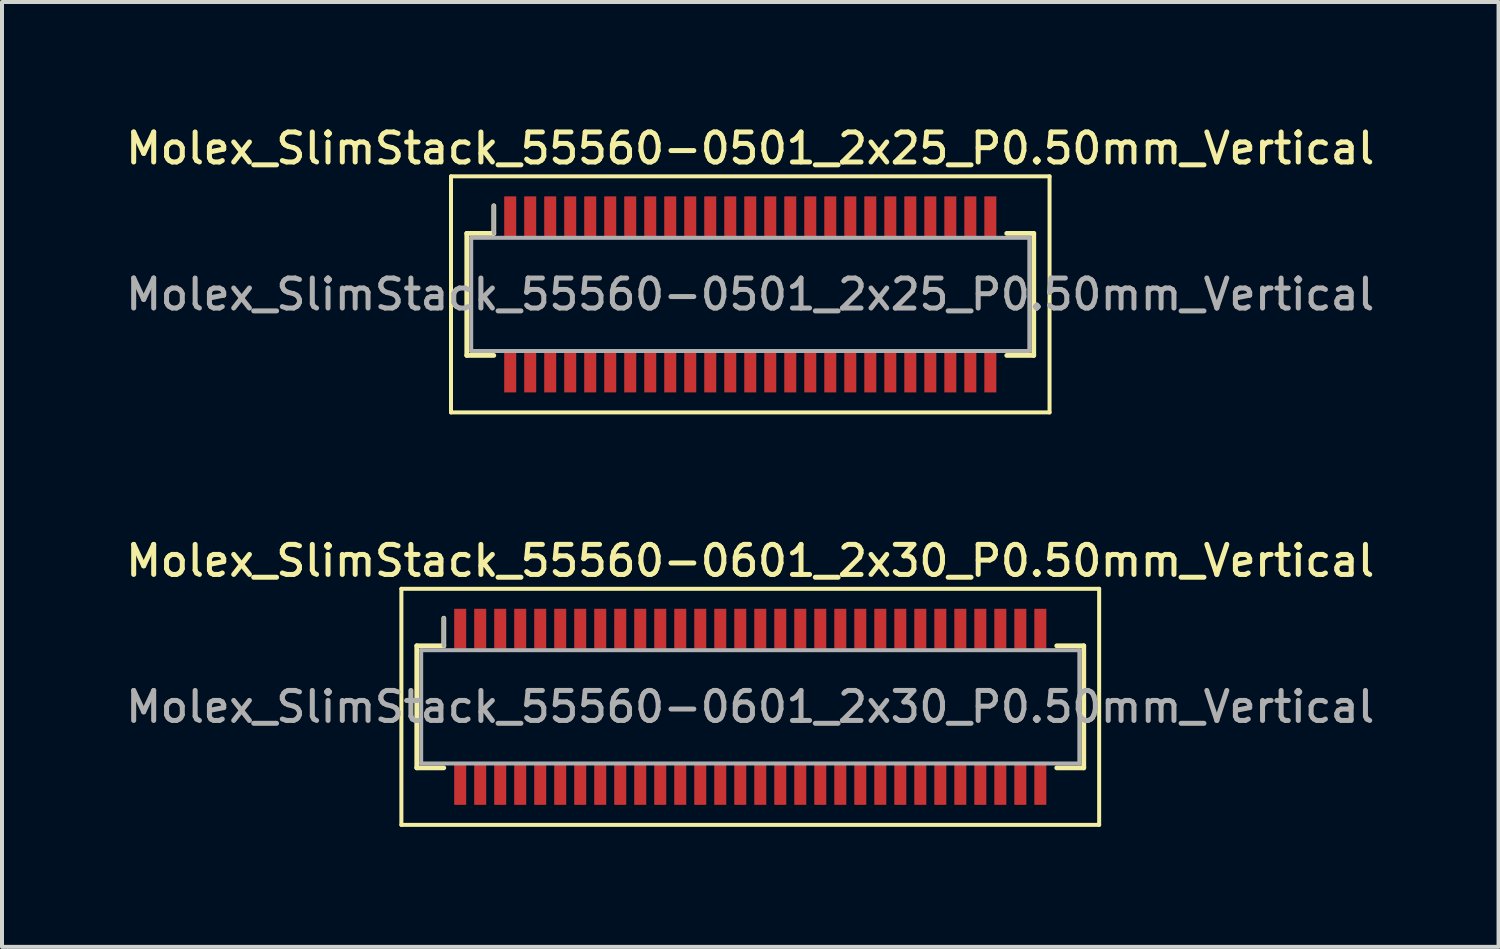
<source format=kicad_pcb>
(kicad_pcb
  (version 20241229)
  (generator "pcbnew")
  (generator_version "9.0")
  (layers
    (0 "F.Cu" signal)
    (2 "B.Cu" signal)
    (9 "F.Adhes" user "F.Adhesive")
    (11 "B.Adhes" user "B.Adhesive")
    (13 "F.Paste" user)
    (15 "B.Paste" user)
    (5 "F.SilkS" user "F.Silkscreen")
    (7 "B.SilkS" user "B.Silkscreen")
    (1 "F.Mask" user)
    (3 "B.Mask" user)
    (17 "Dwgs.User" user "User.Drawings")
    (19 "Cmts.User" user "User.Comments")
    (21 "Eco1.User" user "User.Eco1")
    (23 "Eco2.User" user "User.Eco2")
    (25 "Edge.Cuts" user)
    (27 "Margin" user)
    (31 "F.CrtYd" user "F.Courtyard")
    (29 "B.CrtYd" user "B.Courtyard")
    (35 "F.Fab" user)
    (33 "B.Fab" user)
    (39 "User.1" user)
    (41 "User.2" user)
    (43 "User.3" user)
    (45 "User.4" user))
  (footprint "Molex_SlimStack_55560-0501_2x25_P0.50mm_Vertical"
    (layer "F.Cu")
    (at 15.702 4.308)
    (property "Reference" "Molex_SlimStack_55560-0501_2x25_P0.50mm_Vertical" (at 0 -3.65 0) (layer "F.SilkS") (effects (font (size 0.75 0.75) (thickness 0.125))))
    (attr smd)
    (fp_line (start -7.48 -2.95) (end -7.48 2.95) (stroke (width 0.1) (type solid)) (layer "F.SilkS"))
    (fp_line (start -7.48 2.95) (end 7.48 2.95) (stroke (width 0.1) (type solid)) (layer "F.SilkS"))
    (fp_line (start -7.085 -1.525) (end -6.41 -1.525) (stroke (width 0.12) (type solid)) (layer "F.SilkS"))
    (fp_line (start -7.085 1.525) (end -7.085 -1.525) (stroke (width 0.12) (type solid)) (layer "F.SilkS"))
    (fp_line (start -6.41 -1.525) (end -6.41 -2.215) (stroke (width 0.12) (type solid)) (layer "F.SilkS"))
    (fp_line (start -6.41 1.525) (end -7.085 1.525) (stroke (width 0.12) (type solid)) (layer "F.SilkS"))
    (fp_line (start 6.41 1.525) (end 7.085 1.525) (stroke (width 0.12) (type solid)) (layer "F.SilkS"))
    (fp_line (start 7.085 -1.525) (end 6.41 -1.525) (stroke (width 0.12) (type solid)) (layer "F.SilkS"))
    (fp_line (start 7.085 1.525) (end 7.085 -1.525) (stroke (width 0.12) (type solid)) (layer "F.SilkS"))
    (fp_line (start 7.48 -2.95) (end -7.48 -2.95) (stroke (width 0.1) (type solid)) (layer "F.SilkS"))
    (fp_line (start 7.48 2.95) (end 7.48 -2.95) (stroke (width 0.1) (type solid)) (layer "F.SilkS"))
    (fp_line (start -6.975 -1.415) (end -6.975 1.415) (stroke (width 0.1) (type solid)) (layer "F.Fab"))
    (fp_line (start -6.975 1.415) (end 6.975 1.415) (stroke (width 0.1) (type solid)) (layer "F.Fab"))
    (fp_line (start -6.41 -1.525) (end -6.41 -2.215) (stroke (width 0.1) (type solid)) (layer "F.Fab"))
    (fp_line (start 6.975 -1.415) (end -6.975 -1.415) (stroke (width 0.1) (type solid)) (layer "F.Fab"))
    (fp_line (start 6.975 1.415) (end 6.975 -1.415) (stroke (width 0.1) (type solid)) (layer "F.Fab"))
    (fp_text user "${REFERENCE}" (at 0 0 0) (layer "F.Fab") (effects (font (size 0.75 0.75) (thickness 0.125))))
    (pad "1" smd rect (at -6 -1.95) (size 0.3 1) (layers "F.Cu" "F.Mask" "F.Paste"))
    (pad "2" smd rect (at -6 1.95) (size 0.3 1) (layers "F.Cu" "F.Mask" "F.Paste"))
    (pad "3" smd rect (at -5.5 -1.95) (size 0.3 1) (layers "F.Cu" "F.Mask" "F.Paste"))
    (pad "4" smd rect (at -5.5 1.95) (size 0.3 1) (layers "F.Cu" "F.Mask" "F.Paste"))
    (pad "5" smd rect (at -5 -1.95) (size 0.3 1) (layers "F.Cu" "F.Mask" "F.Paste"))
    (pad "6" smd rect (at -5 1.95) (size 0.3 1) (layers "F.Cu" "F.Mask" "F.Paste"))
    (pad "7" smd rect (at -4.5 -1.95) (size 0.3 1) (layers "F.Cu" "F.Mask" "F.Paste"))
    (pad "8" smd rect (at -4.5 1.95) (size 0.3 1) (layers "F.Cu" "F.Mask" "F.Paste"))
    (pad "9" smd rect (at -4 -1.95) (size 0.3 1) (layers "F.Cu" "F.Mask" "F.Paste"))
    (pad "10" smd rect (at -4 1.95) (size 0.3 1) (layers "F.Cu" "F.Mask" "F.Paste"))
    (pad "11" smd rect (at -3.5 -1.95) (size 0.3 1) (layers "F.Cu" "F.Mask" "F.Paste"))
    (pad "12" smd rect (at -3.5 1.95) (size 0.3 1) (layers "F.Cu" "F.Mask" "F.Paste"))
    (pad "13" smd rect (at -3 -1.95) (size 0.3 1) (layers "F.Cu" "F.Mask" "F.Paste"))
    (pad "14" smd rect (at -3 1.95) (size 0.3 1) (layers "F.Cu" "F.Mask" "F.Paste"))
    (pad "15" smd rect (at -2.5 -1.95) (size 0.3 1) (layers "F.Cu" "F.Mask" "F.Paste"))
    (pad "16" smd rect (at -2.5 1.95) (size 0.3 1) (layers "F.Cu" "F.Mask" "F.Paste"))
    (pad "17" smd rect (at -2 -1.95) (size 0.3 1) (layers "F.Cu" "F.Mask" "F.Paste"))
    (pad "18" smd rect (at -2 1.95) (size 0.3 1) (layers "F.Cu" "F.Mask" "F.Paste"))
    (pad "19" smd rect (at -1.5 -1.95) (size 0.3 1) (layers "F.Cu" "F.Mask" "F.Paste"))
    (pad "20" smd rect (at -1.5 1.95) (size 0.3 1) (layers "F.Cu" "F.Mask" "F.Paste"))
    (pad "21" smd rect (at -1 -1.95) (size 0.3 1) (layers "F.Cu" "F.Mask" "F.Paste"))
    (pad "22" smd rect (at -1 1.95) (size 0.3 1) (layers "F.Cu" "F.Mask" "F.Paste"))
    (pad "23" smd rect (at -0.5 -1.95) (size 0.3 1) (layers "F.Cu" "F.Mask" "F.Paste"))
    (pad "24" smd rect (at -0.5 1.95) (size 0.3 1) (layers "F.Cu" "F.Mask" "F.Paste"))
    (pad "25" smd rect (at 0 -1.95) (size 0.3 1) (layers "F.Cu" "F.Mask" "F.Paste"))
    (pad "26" smd rect (at 0 1.95) (size 0.3 1) (layers "F.Cu" "F.Mask" "F.Paste"))
    (pad "27" smd rect (at 0.5 -1.95) (size 0.3 1) (layers "F.Cu" "F.Mask" "F.Paste"))
    (pad "28" smd rect (at 0.5 1.95) (size 0.3 1) (layers "F.Cu" "F.Mask" "F.Paste"))
    (pad "29" smd rect (at 1 -1.95) (size 0.3 1) (layers "F.Cu" "F.Mask" "F.Paste"))
    (pad "30" smd rect (at 1 1.95) (size 0.3 1) (layers "F.Cu" "F.Mask" "F.Paste"))
    (pad "31" smd rect (at 1.5 -1.95) (size 0.3 1) (layers "F.Cu" "F.Mask" "F.Paste"))
    (pad "32" smd rect (at 1.5 1.95) (size 0.3 1) (layers "F.Cu" "F.Mask" "F.Paste"))
    (pad "33" smd rect (at 2 -1.95) (size 0.3 1) (layers "F.Cu" "F.Mask" "F.Paste"))
    (pad "34" smd rect (at 2 1.95) (size 0.3 1) (layers "F.Cu" "F.Mask" "F.Paste"))
    (pad "35" smd rect (at 2.5 -1.95) (size 0.3 1) (layers "F.Cu" "F.Mask" "F.Paste"))
    (pad "36" smd rect (at 2.5 1.95) (size 0.3 1) (layers "F.Cu" "F.Mask" "F.Paste"))
    (pad "37" smd rect (at 3 -1.95) (size 0.3 1) (layers "F.Cu" "F.Mask" "F.Paste"))
    (pad "38" smd rect (at 3 1.95) (size 0.3 1) (layers "F.Cu" "F.Mask" "F.Paste"))
    (pad "39" smd rect (at 3.5 -1.95) (size 0.3 1) (layers "F.Cu" "F.Mask" "F.Paste"))
    (pad "40" smd rect (at 3.5 1.95) (size 0.3 1) (layers "F.Cu" "F.Mask" "F.Paste"))
    (pad "41" smd rect (at 4 -1.95) (size 0.3 1) (layers "F.Cu" "F.Mask" "F.Paste"))
    (pad "42" smd rect (at 4 1.95) (size 0.3 1) (layers "F.Cu" "F.Mask" "F.Paste"))
    (pad "43" smd rect (at 4.5 -1.95) (size 0.3 1) (layers "F.Cu" "F.Mask" "F.Paste"))
    (pad "44" smd rect (at 4.5 1.95) (size 0.3 1) (layers "F.Cu" "F.Mask" "F.Paste"))
    (pad "45" smd rect (at 5 -1.95) (size 0.3 1) (layers "F.Cu" "F.Mask" "F.Paste"))
    (pad "46" smd rect (at 5 1.95) (size 0.3 1) (layers "F.Cu" "F.Mask" "F.Paste"))
    (pad "47" smd rect (at 5.5 -1.95) (size 0.3 1) (layers "F.Cu" "F.Mask" "F.Paste"))
    (pad "48" smd rect (at 5.5 1.95) (size 0.3 1) (layers "F.Cu" "F.Mask" "F.Paste"))
    (pad "49" smd rect (at 6 -1.95) (size 0.3 1) (layers "F.Cu" "F.Mask" "F.Paste"))
    (pad "50" smd rect (at 6 1.95) (size 0.3 1) (layers "F.Cu" "F.Mask" "F.Paste")))
  (footprint "Molex_SlimStack_55560-0601_2x30_P0.50mm_Vertical"
    (layer "F.Cu")
    (at 15.702 14.616)
    (property "Reference" "Molex_SlimStack_55560-0601_2x30_P0.50mm_Vertical" (at 0 -3.65 0) (layer "F.SilkS") (effects (font (size 0.75 0.75) (thickness 0.125))))
    (attr smd)
    (fp_line (start -8.72 -2.95) (end -8.72 2.95) (stroke (width 0.1) (type solid)) (layer "F.SilkS"))
    (fp_line (start -8.72 2.95) (end 8.72 2.95) (stroke (width 0.1) (type solid)) (layer "F.SilkS"))
    (fp_line (start -8.335 -1.525) (end -7.66 -1.525) (stroke (width 0.12) (type solid)) (layer "F.SilkS"))
    (fp_line (start -8.335 1.525) (end -8.335 -1.525) (stroke (width 0.12) (type solid)) (layer "F.SilkS"))
    (fp_line (start -7.66 -1.525) (end -7.66 -2.215) (stroke (width 0.12) (type solid)) (layer "F.SilkS"))
    (fp_line (start -7.66 1.525) (end -8.335 1.525) (stroke (width 0.12) (type solid)) (layer "F.SilkS"))
    (fp_line (start 7.66 1.525) (end 8.335 1.525) (stroke (width 0.12) (type solid)) (layer "F.SilkS"))
    (fp_line (start 8.335 -1.525) (end 7.66 -1.525) (stroke (width 0.12) (type solid)) (layer "F.SilkS"))
    (fp_line (start 8.335 1.525) (end 8.335 -1.525) (stroke (width 0.12) (type solid)) (layer "F.SilkS"))
    (fp_line (start 8.72 -2.95) (end -8.72 -2.95) (stroke (width 0.1) (type solid)) (layer "F.SilkS"))
    (fp_line (start 8.72 2.95) (end 8.72 -2.95) (stroke (width 0.1) (type solid)) (layer "F.SilkS"))
    (fp_line (start -8.225 -1.415) (end -8.225 1.415) (stroke (width 0.1) (type solid)) (layer "F.Fab"))
    (fp_line (start -8.225 1.415) (end 8.225 1.415) (stroke (width 0.1) (type solid)) (layer "F.Fab"))
    (fp_line (start -7.66 -1.525) (end -7.66 -2.215) (stroke (width 0.1) (type solid)) (layer "F.Fab"))
    (fp_line (start 8.225 -1.415) (end -8.225 -1.415) (stroke (width 0.1) (type solid)) (layer "F.Fab"))
    (fp_line (start 8.225 1.415) (end 8.225 -1.415) (stroke (width 0.1) (type solid)) (layer "F.Fab"))
    (fp_text user "${REFERENCE}" (at 0 0 0) (layer "F.Fab") (effects (font (size 0.75 0.75) (thickness 0.125))))
    (pad "1" smd rect (at -7.25 -1.95) (size 0.3 1) (layers "F.Cu" "F.Mask" "F.Paste"))
    (pad "2" smd rect (at -7.25 1.95) (size 0.3 1) (layers "F.Cu" "F.Mask" "F.Paste"))
    (pad "3" smd rect (at -6.75 -1.95) (size 0.3 1) (layers "F.Cu" "F.Mask" "F.Paste"))
    (pad "4" smd rect (at -6.75 1.95) (size 0.3 1) (layers "F.Cu" "F.Mask" "F.Paste"))
    (pad "5" smd rect (at -6.25 -1.95) (size 0.3 1) (layers "F.Cu" "F.Mask" "F.Paste"))
    (pad "6" smd rect (at -6.25 1.95) (size 0.3 1) (layers "F.Cu" "F.Mask" "F.Paste"))
    (pad "7" smd rect (at -5.75 -1.95) (size 0.3 1) (layers "F.Cu" "F.Mask" "F.Paste"))
    (pad "8" smd rect (at -5.75 1.95) (size 0.3 1) (layers "F.Cu" "F.Mask" "F.Paste"))
    (pad "9" smd rect (at -5.25 -1.95) (size 0.3 1) (layers "F.Cu" "F.Mask" "F.Paste"))
    (pad "10" smd rect (at -5.25 1.95) (size 0.3 1) (layers "F.Cu" "F.Mask" "F.Paste"))
    (pad "11" smd rect (at -4.75 -1.95) (size 0.3 1) (layers "F.Cu" "F.Mask" "F.Paste"))
    (pad "12" smd rect (at -4.75 1.95) (size 0.3 1) (layers "F.Cu" "F.Mask" "F.Paste"))
    (pad "13" smd rect (at -4.25 -1.95) (size 0.3 1) (layers "F.Cu" "F.Mask" "F.Paste"))
    (pad "14" smd rect (at -4.25 1.95) (size 0.3 1) (layers "F.Cu" "F.Mask" "F.Paste"))
    (pad "15" smd rect (at -3.75 -1.95) (size 0.3 1) (layers "F.Cu" "F.Mask" "F.Paste"))
    (pad "16" smd rect (at -3.75 1.95) (size 0.3 1) (layers "F.Cu" "F.Mask" "F.Paste"))
    (pad "17" smd rect (at -3.25 -1.95) (size 0.3 1) (layers "F.Cu" "F.Mask" "F.Paste"))
    (pad "18" smd rect (at -3.25 1.95) (size 0.3 1) (layers "F.Cu" "F.Mask" "F.Paste"))
    (pad "19" smd rect (at -2.75 -1.95) (size 0.3 1) (layers "F.Cu" "F.Mask" "F.Paste"))
    (pad "20" smd rect (at -2.75 1.95) (size 0.3 1) (layers "F.Cu" "F.Mask" "F.Paste"))
    (pad "21" smd rect (at -2.25 -1.95) (size 0.3 1) (layers "F.Cu" "F.Mask" "F.Paste"))
    (pad "22" smd rect (at -2.25 1.95) (size 0.3 1) (layers "F.Cu" "F.Mask" "F.Paste"))
    (pad "23" smd rect (at -1.75 -1.95) (size 0.3 1) (layers "F.Cu" "F.Mask" "F.Paste"))
    (pad "24" smd rect (at -1.75 1.95) (size 0.3 1) (layers "F.Cu" "F.Mask" "F.Paste"))
    (pad "25" smd rect (at -1.25 -1.95) (size 0.3 1) (layers "F.Cu" "F.Mask" "F.Paste"))
    (pad "26" smd rect (at -1.25 1.95) (size 0.3 1) (layers "F.Cu" "F.Mask" "F.Paste"))
    (pad "27" smd rect (at -0.75 -1.95) (size 0.3 1) (layers "F.Cu" "F.Mask" "F.Paste"))
    (pad "28" smd rect (at -0.75 1.95) (size 0.3 1) (layers "F.Cu" "F.Mask" "F.Paste"))
    (pad "29" smd rect (at -0.25 -1.95) (size 0.3 1) (layers "F.Cu" "F.Mask" "F.Paste"))
    (pad "30" smd rect (at -0.25 1.95) (size 0.3 1) (layers "F.Cu" "F.Mask" "F.Paste"))
    (pad "31" smd rect (at 0.25 -1.95) (size 0.3 1) (layers "F.Cu" "F.Mask" "F.Paste"))
    (pad "32" smd rect (at 0.25 1.95) (size 0.3 1) (layers "F.Cu" "F.Mask" "F.Paste"))
    (pad "33" smd rect (at 0.75 -1.95) (size 0.3 1) (layers "F.Cu" "F.Mask" "F.Paste"))
    (pad "34" smd rect (at 0.75 1.95) (size 0.3 1) (layers "F.Cu" "F.Mask" "F.Paste"))
    (pad "35" smd rect (at 1.25 -1.95) (size 0.3 1) (layers "F.Cu" "F.Mask" "F.Paste"))
    (pad "36" smd rect (at 1.25 1.95) (size 0.3 1) (layers "F.Cu" "F.Mask" "F.Paste"))
    (pad "37" smd rect (at 1.75 -1.95) (size 0.3 1) (layers "F.Cu" "F.Mask" "F.Paste"))
    (pad "38" smd rect (at 1.75 1.95) (size 0.3 1) (layers "F.Cu" "F.Mask" "F.Paste"))
    (pad "39" smd rect (at 2.25 -1.95) (size 0.3 1) (layers "F.Cu" "F.Mask" "F.Paste"))
    (pad "40" smd rect (at 2.25 1.95) (size 0.3 1) (layers "F.Cu" "F.Mask" "F.Paste"))
    (pad "41" smd rect (at 2.75 -1.95) (size 0.3 1) (layers "F.Cu" "F.Mask" "F.Paste"))
    (pad "42" smd rect (at 2.75 1.95) (size 0.3 1) (layers "F.Cu" "F.Mask" "F.Paste"))
    (pad "43" smd rect (at 3.25 -1.95) (size 0.3 1) (layers "F.Cu" "F.Mask" "F.Paste"))
    (pad "44" smd rect (at 3.25 1.95) (size 0.3 1) (layers "F.Cu" "F.Mask" "F.Paste"))
    (pad "45" smd rect (at 3.75 -1.95) (size 0.3 1) (layers "F.Cu" "F.Mask" "F.Paste"))
    (pad "46" smd rect (at 3.75 1.95) (size 0.3 1) (layers "F.Cu" "F.Mask" "F.Paste"))
    (pad "47" smd rect (at 4.25 -1.95) (size 0.3 1) (layers "F.Cu" "F.Mask" "F.Paste"))
    (pad "48" smd rect (at 4.25 1.95) (size 0.3 1) (layers "F.Cu" "F.Mask" "F.Paste"))
    (pad "49" smd rect (at 4.75 -1.95) (size 0.3 1) (layers "F.Cu" "F.Mask" "F.Paste"))
    (pad "50" smd rect (at 4.75 1.95) (size 0.3 1) (layers "F.Cu" "F.Mask" "F.Paste"))
    (pad "51" smd rect (at 5.25 -1.95) (size 0.3 1) (layers "F.Cu" "F.Mask" "F.Paste"))
    (pad "52" smd rect (at 5.25 1.95) (size 0.3 1) (layers "F.Cu" "F.Mask" "F.Paste"))
    (pad "53" smd rect (at 5.75 -1.95) (size 0.3 1) (layers "F.Cu" "F.Mask" "F.Paste"))
    (pad "54" smd rect (at 5.75 1.95) (size 0.3 1) (layers "F.Cu" "F.Mask" "F.Paste"))
    (pad "55" smd rect (at 6.25 -1.95) (size 0.3 1) (layers "F.Cu" "F.Mask" "F.Paste"))
    (pad "56" smd rect (at 6.25 1.95) (size 0.3 1) (layers "F.Cu" "F.Mask" "F.Paste"))
    (pad "57" smd rect (at 6.75 -1.95) (size 0.3 1) (layers "F.Cu" "F.Mask" "F.Paste"))
    (pad "58" smd rect (at 6.75 1.95) (size 0.3 1) (layers "F.Cu" "F.Mask" "F.Paste"))
    (pad "59" smd rect (at 7.25 -1.95) (size 0.3 1) (layers "F.Cu" "F.Mask" "F.Paste"))
    (pad "60" smd rect (at 7.25 1.95) (size 0.3 1) (layers "F.Cu" "F.Mask" "F.Paste")))
  (gr_rect
    (start -3 -3)
    (end 34.404 20.616)
    (stroke (width 0.1) (type default))
    (fill no)
    (layer "Edge.Cuts")))
</source>
